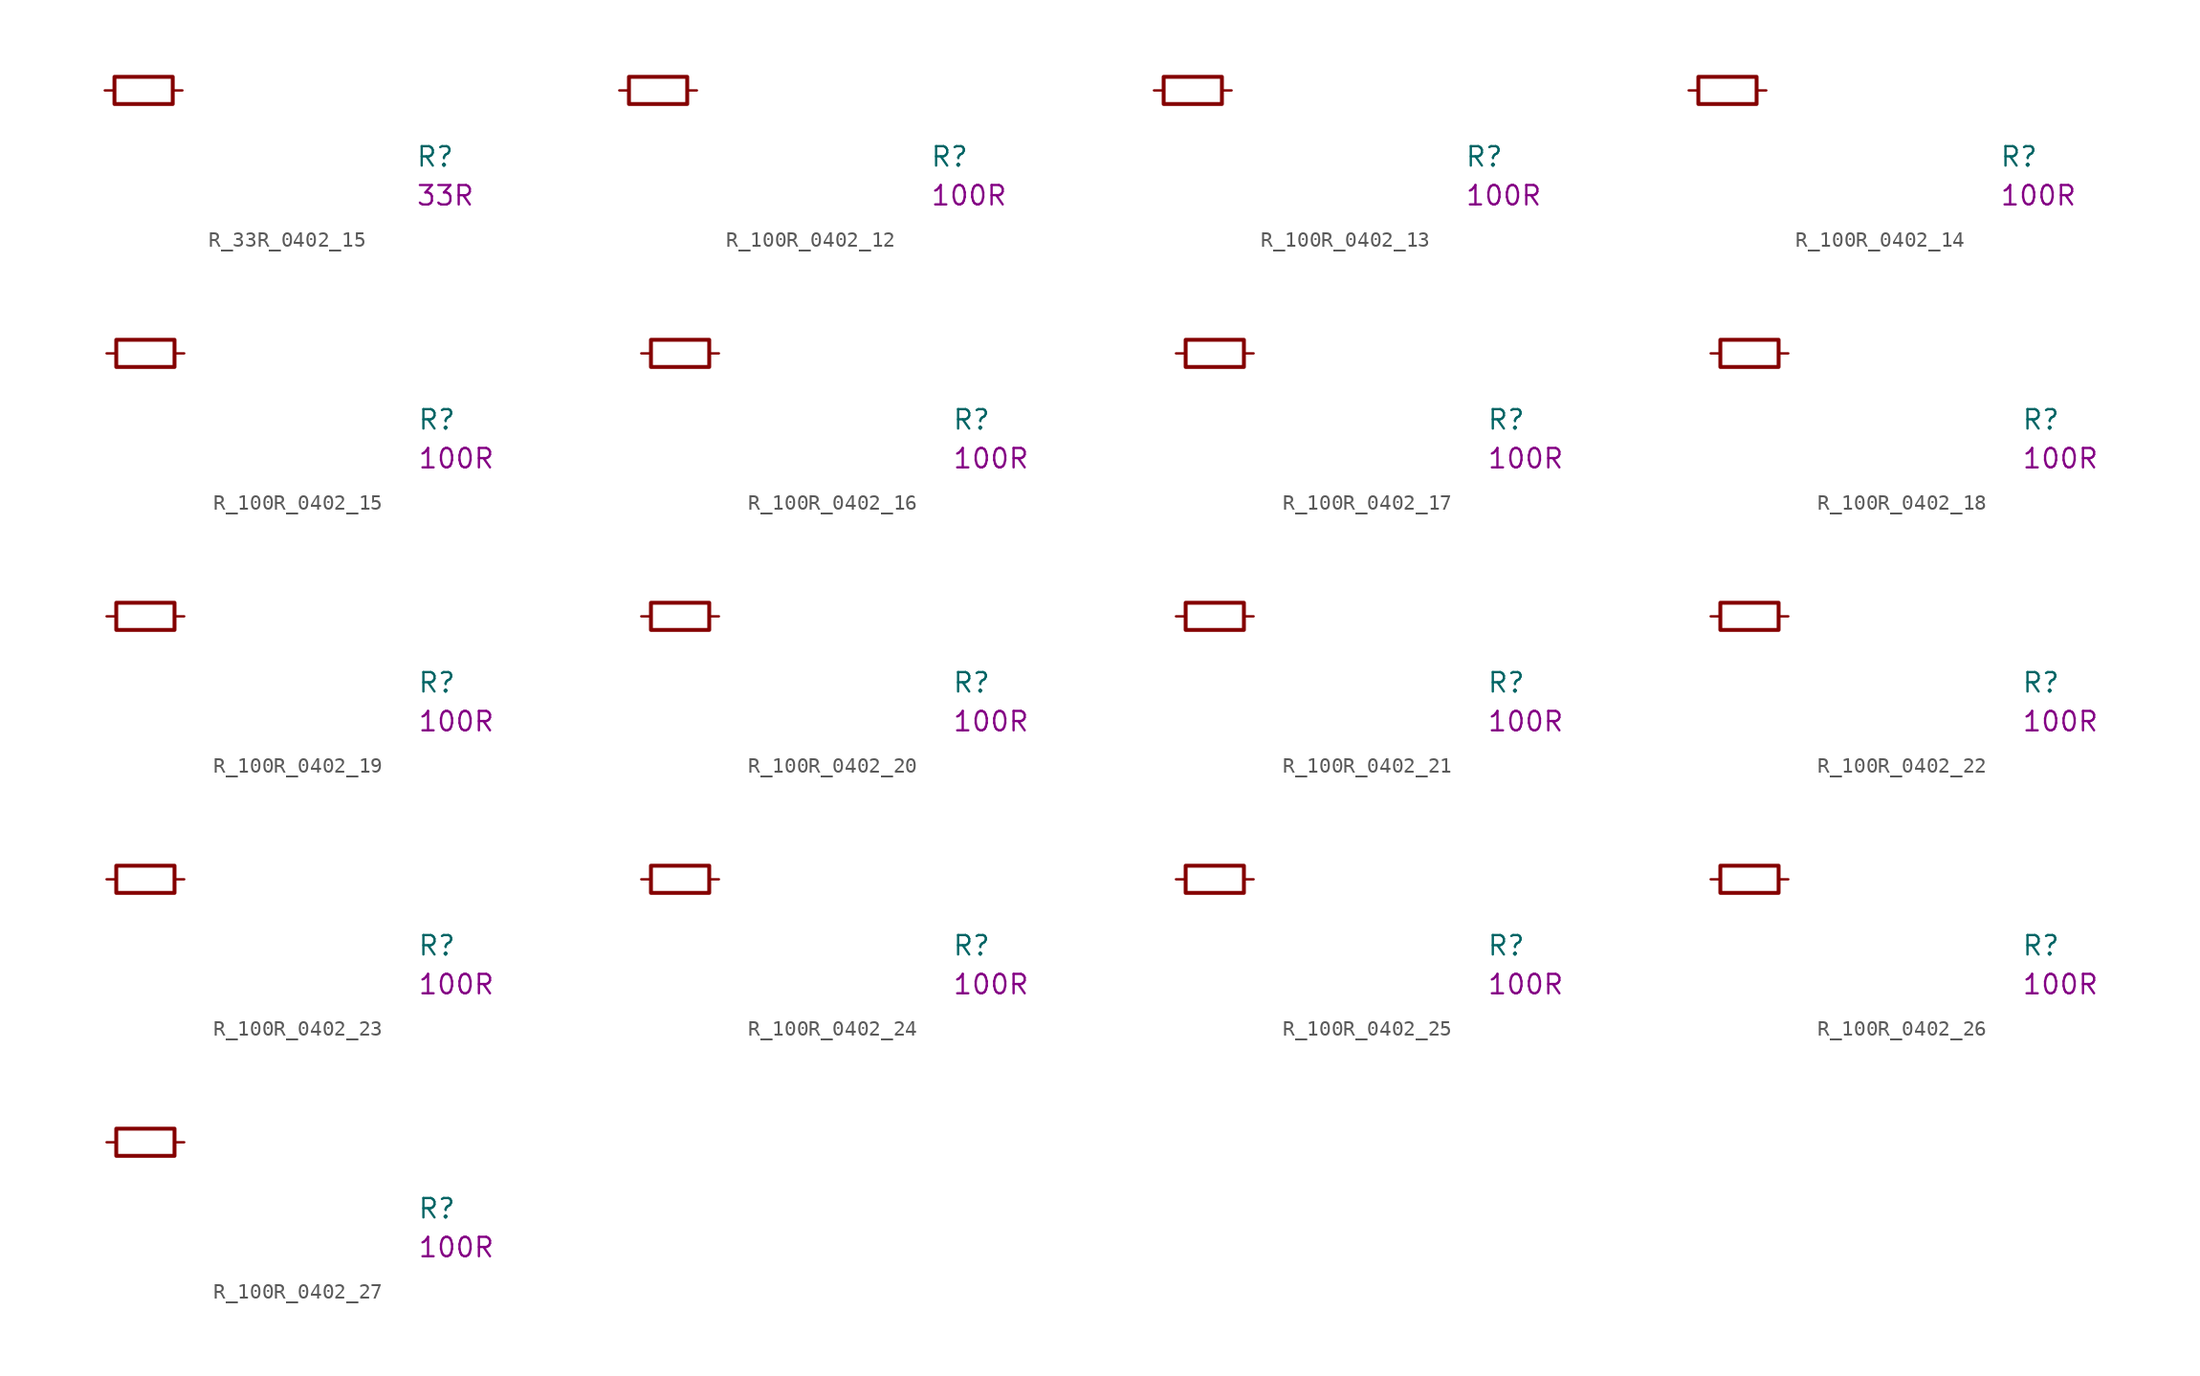
<source format=kicad_sym>
(kicad_symbol_lib
  (version 20211014)
  (generator kicad_symbol_editor)
  (symbol "K410T-devboard:R_33R_0402_15"
    (pin_numbers hide)
    (pin_names hide)
    (property "Reference" "R"
      (at 20.32 -5.08 0)
      (effects (font (size 1.27 1.27) (thickness 0.15)) (justify left bottom)))
    (property "Val" "33R"
      (at 20.32 -7.62 0)
      (effects (font (size 1.27 1.27) (thickness 0.15)) (justify left bottom)))
    (symbol "R_33R_0402_15_0_1"
      (rectangle (start 0.635 0.889) (end 4.445 -0.889) (stroke (width 0.254) (type default)) (fill (type none))))
    (symbol "R_33R_0402_15_1_1"
      (pin passive line (at 0 0 0) (length 0.635) (name "~" (effects (font (size 1.27 1.27)))) (number "1" (effects (font (size 1.27 1.27)))))
      (pin passive line (at 5.08 0 180) (length 0.635) (name "~" (effects (font (size 1.27 1.27)))) (number "2" (effects (font (size 1.27 1.27)))))))
  (symbol "K410T-devboard:R_100R_0402_12"
    (pin_numbers hide)
    (pin_names hide)
    (property "Reference" "R"
      (at 20.32 -5.08 0)
      (effects (font (size 1.27 1.27) (thickness 0.15)) (justify left bottom)))
    (property "Val" "100R"
      (at 20.32 -7.62 0)
      (effects (font (size 1.27 1.27) (thickness 0.15)) (justify left bottom)))
    (symbol "R_100R_0402_12_0_1"
      (rectangle (start 0.635 0.889) (end 4.445 -0.889) (stroke (width 0.254) (type default)) (fill (type none))))
    (symbol "R_100R_0402_12_1_1"
      (pin passive line (at 0 0 0) (length 0.635) (name "~" (effects (font (size 1.27 1.27)))) (number "1" (effects (font (size 1.27 1.27)))))
      (pin passive line (at 5.08 0 180) (length 0.635) (name "~" (effects (font (size 1.27 1.27)))) (number "2" (effects (font (size 1.27 1.27)))))))
  (symbol "K410T-devboard:R_100R_0402_13"
    (pin_numbers hide)
    (pin_names hide)
    (property "Reference" "R"
      (at 20.32 -5.08 0)
      (effects (font (size 1.27 1.27) (thickness 0.15)) (justify left bottom)))
    (property "Val" "100R"
      (at 20.32 -7.62 0)
      (effects (font (size 1.27 1.27) (thickness 0.15)) (justify left bottom)))
    (symbol "R_100R_0402_13_0_1"
      (rectangle (start 0.635 0.889) (end 4.445 -0.889) (stroke (width 0.254) (type default)) (fill (type none))))
    (symbol "R_100R_0402_13_1_1"
      (pin passive line (at 0 0 0) (length 0.635) (name "~" (effects (font (size 1.27 1.27)))) (number "1" (effects (font (size 1.27 1.27)))))
      (pin passive line (at 5.08 0 180) (length 0.635) (name "~" (effects (font (size 1.27 1.27)))) (number "2" (effects (font (size 1.27 1.27)))))))
  (symbol "K410T-devboard:R_100R_0402_14"
    (pin_numbers hide)
    (pin_names hide)
    (property "Reference" "R"
      (at 20.32 -5.08 0)
      (effects (font (size 1.27 1.27) (thickness 0.15)) (justify left bottom)))
    (property "Val" "100R"
      (at 20.32 -7.62 0)
      (effects (font (size 1.27 1.27) (thickness 0.15)) (justify left bottom)))
    (symbol "R_100R_0402_14_0_1"
      (rectangle (start 0.635 0.889) (end 4.445 -0.889) (stroke (width 0.254) (type default)) (fill (type none))))
    (symbol "R_100R_0402_14_1_1"
      (pin passive line (at 0 0 0) (length 0.635) (name "~" (effects (font (size 1.27 1.27)))) (number "1" (effects (font (size 1.27 1.27)))))
      (pin passive line (at 5.08 0 180) (length 0.635) (name "~" (effects (font (size 1.27 1.27)))) (number "2" (effects (font (size 1.27 1.27)))))))
  (symbol "K410T-devboard:R_100R_0402_15"
    (pin_numbers hide)
    (pin_names hide)
    (property "Reference" "R"
      (at 20.32 -5.08 0)
      (effects (font (size 1.27 1.27) (thickness 0.15)) (justify left bottom)))
    (property "Val" "100R"
      (at 20.32 -7.62 0)
      (effects (font (size 1.27 1.27) (thickness 0.15)) (justify left bottom)))
    (symbol "R_100R_0402_15_0_1"
      (rectangle (start 0.635 0.889) (end 4.445 -0.889) (stroke (width 0.254) (type default)) (fill (type none))))
    (symbol "R_100R_0402_15_1_1"
      (pin passive line (at 0 0 0) (length 0.635) (name "~" (effects (font (size 1.27 1.27)))) (number "1" (effects (font (size 1.27 1.27)))))
      (pin passive line (at 5.08 0 180) (length 0.635) (name "~" (effects (font (size 1.27 1.27)))) (number "2" (effects (font (size 1.27 1.27)))))))
  (symbol "K410T-devboard:R_100R_0402_16"
    (pin_numbers hide)
    (pin_names hide)
    (property "Reference" "R"
      (at 20.32 -5.08 0)
      (effects (font (size 1.27 1.27) (thickness 0.15)) (justify left bottom)))
    (property "Val" "100R"
      (at 20.32 -7.62 0)
      (effects (font (size 1.27 1.27) (thickness 0.15)) (justify left bottom)))
    (symbol "R_100R_0402_16_0_1"
      (rectangle (start 0.635 0.889) (end 4.445 -0.889) (stroke (width 0.254) (type default)) (fill (type none))))
    (symbol "R_100R_0402_16_1_1"
      (pin passive line (at 0 0 0) (length 0.635) (name "~" (effects (font (size 1.27 1.27)))) (number "1" (effects (font (size 1.27 1.27)))))
      (pin passive line (at 5.08 0 180) (length 0.635) (name "~" (effects (font (size 1.27 1.27)))) (number "2" (effects (font (size 1.27 1.27)))))))
  (symbol "K410T-devboard:R_100R_0402_17"
    (pin_numbers hide)
    (pin_names hide)
    (property "Reference" "R"
      (at 20.32 -5.08 0)
      (effects (font (size 1.27 1.27) (thickness 0.15)) (justify left bottom)))
    (property "Val" "100R"
      (at 20.32 -7.62 0)
      (effects (font (size 1.27 1.27) (thickness 0.15)) (justify left bottom)))
    (symbol "R_100R_0402_17_0_1"
      (rectangle (start 0.635 0.889) (end 4.445 -0.889) (stroke (width 0.254) (type default)) (fill (type none))))
    (symbol "R_100R_0402_17_1_1"
      (pin passive line (at 0 0 0) (length 0.635) (name "~" (effects (font (size 1.27 1.27)))) (number "1" (effects (font (size 1.27 1.27)))))
      (pin passive line (at 5.08 0 180) (length 0.635) (name "~" (effects (font (size 1.27 1.27)))) (number "2" (effects (font (size 1.27 1.27)))))))
  (symbol "K410T-devboard:R_100R_0402_18"
    (pin_numbers hide)
    (pin_names hide)
    (property "Reference" "R"
      (at 20.32 -5.08 0)
      (effects (font (size 1.27 1.27) (thickness 0.15)) (justify left bottom)))
    (property "Val" "100R"
      (at 20.32 -7.62 0)
      (effects (font (size 1.27 1.27) (thickness 0.15)) (justify left bottom)))
    (symbol "R_100R_0402_18_0_1"
      (rectangle (start 0.635 0.889) (end 4.445 -0.889) (stroke (width 0.254) (type default)) (fill (type none))))
    (symbol "R_100R_0402_18_1_1"
      (pin passive line (at 0 0 0) (length 0.635) (name "~" (effects (font (size 1.27 1.27)))) (number "1" (effects (font (size 1.27 1.27)))))
      (pin passive line (at 5.08 0 180) (length 0.635) (name "~" (effects (font (size 1.27 1.27)))) (number "2" (effects (font (size 1.27 1.27)))))))
  (symbol "K410T-devboard:R_100R_0402_19"
    (pin_numbers hide)
    (pin_names hide)
    (property "Reference" "R"
      (at 20.32 -5.08 0)
      (effects (font (size 1.27 1.27) (thickness 0.15)) (justify left bottom)))
    (property "Val" "100R"
      (at 20.32 -7.62 0)
      (effects (font (size 1.27 1.27) (thickness 0.15)) (justify left bottom)))
    (symbol "R_100R_0402_19_0_1"
      (rectangle (start 0.635 0.889) (end 4.445 -0.889) (stroke (width 0.254) (type default)) (fill (type none))))
    (symbol "R_100R_0402_19_1_1"
      (pin passive line (at 0 0 0) (length 0.635) (name "~" (effects (font (size 1.27 1.27)))) (number "1" (effects (font (size 1.27 1.27)))))
      (pin passive line (at 5.08 0 180) (length 0.635) (name "~" (effects (font (size 1.27 1.27)))) (number "2" (effects (font (size 1.27 1.27)))))))
  (symbol "K410T-devboard:R_100R_0402_20"
    (pin_numbers hide)
    (pin_names hide)
    (property "Reference" "R"
      (at 20.32 -5.08 0)
      (effects (font (size 1.27 1.27) (thickness 0.15)) (justify left bottom)))
    (property "Val" "100R"
      (at 20.32 -7.62 0)
      (effects (font (size 1.27 1.27) (thickness 0.15)) (justify left bottom)))
    (symbol "R_100R_0402_20_0_1"
      (rectangle (start 0.635 0.889) (end 4.445 -0.889) (stroke (width 0.254) (type default)) (fill (type none))))
    (symbol "R_100R_0402_20_1_1"
      (pin passive line (at 0 0 0) (length 0.635) (name "~" (effects (font (size 1.27 1.27)))) (number "1" (effects (font (size 1.27 1.27)))))
      (pin passive line (at 5.08 0 180) (length 0.635) (name "~" (effects (font (size 1.27 1.27)))) (number "2" (effects (font (size 1.27 1.27)))))))
  (symbol "K410T-devboard:R_100R_0402_21"
    (pin_numbers hide)
    (pin_names hide)
    (property "Reference" "R"
      (at 20.32 -5.08 0)
      (effects (font (size 1.27 1.27) (thickness 0.15)) (justify left bottom)))
    (property "Val" "100R"
      (at 20.32 -7.62 0)
      (effects (font (size 1.27 1.27) (thickness 0.15)) (justify left bottom)))
    (symbol "R_100R_0402_21_0_1"
      (rectangle (start 0.635 0.889) (end 4.445 -0.889) (stroke (width 0.254) (type default)) (fill (type none))))
    (symbol "R_100R_0402_21_1_1"
      (pin passive line (at 0 0 0) (length 0.635) (name "~" (effects (font (size 1.27 1.27)))) (number "1" (effects (font (size 1.27 1.27)))))
      (pin passive line (at 5.08 0 180) (length 0.635) (name "~" (effects (font (size 1.27 1.27)))) (number "2" (effects (font (size 1.27 1.27)))))))
  (symbol "K410T-devboard:R_100R_0402_22"
    (pin_numbers hide)
    (pin_names hide)
    (property "Reference" "R"
      (at 20.32 -5.08 0)
      (effects (font (size 1.27 1.27) (thickness 0.15)) (justify left bottom)))
    (property "Val" "100R"
      (at 20.32 -7.62 0)
      (effects (font (size 1.27 1.27) (thickness 0.15)) (justify left bottom)))
    (symbol "R_100R_0402_22_0_1"
      (rectangle (start 0.635 0.889) (end 4.445 -0.889) (stroke (width 0.254) (type default)) (fill (type none))))
    (symbol "R_100R_0402_22_1_1"
      (pin passive line (at 0 0 0) (length 0.635) (name "~" (effects (font (size 1.27 1.27)))) (number "1" (effects (font (size 1.27 1.27)))))
      (pin passive line (at 5.08 0 180) (length 0.635) (name "~" (effects (font (size 1.27 1.27)))) (number "2" (effects (font (size 1.27 1.27)))))))
  (symbol "K410T-devboard:R_100R_0402_23"
    (pin_numbers hide)
    (pin_names hide)
    (property "Reference" "R"
      (at 20.32 -5.08 0)
      (effects (font (size 1.27 1.27) (thickness 0.15)) (justify left bottom)))
    (property "Val" "100R"
      (at 20.32 -7.62 0)
      (effects (font (size 1.27 1.27) (thickness 0.15)) (justify left bottom)))
    (symbol "R_100R_0402_23_0_1"
      (rectangle (start 0.635 0.889) (end 4.445 -0.889) (stroke (width 0.254) (type default)) (fill (type none))))
    (symbol "R_100R_0402_23_1_1"
      (pin passive line (at 0 0 0) (length 0.635) (name "~" (effects (font (size 1.27 1.27)))) (number "1" (effects (font (size 1.27 1.27)))))
      (pin passive line (at 5.08 0 180) (length 0.635) (name "~" (effects (font (size 1.27 1.27)))) (number "2" (effects (font (size 1.27 1.27)))))))
  (symbol "K410T-devboard:R_100R_0402_24"
    (pin_numbers hide)
    (pin_names hide)
    (property "Reference" "R"
      (at 20.32 -5.08 0)
      (effects (font (size 1.27 1.27) (thickness 0.15)) (justify left bottom)))
    (property "Val" "100R"
      (at 20.32 -7.62 0)
      (effects (font (size 1.27 1.27) (thickness 0.15)) (justify left bottom)))
    (symbol "R_100R_0402_24_0_1"
      (rectangle (start 0.635 0.889) (end 4.445 -0.889) (stroke (width 0.254) (type default)) (fill (type none))))
    (symbol "R_100R_0402_24_1_1"
      (pin passive line (at 0 0 0) (length 0.635) (name "~" (effects (font (size 1.27 1.27)))) (number "1" (effects (font (size 1.27 1.27)))))
      (pin passive line (at 5.08 0 180) (length 0.635) (name "~" (effects (font (size 1.27 1.27)))) (number "2" (effects (font (size 1.27 1.27)))))))
  (symbol "K410T-devboard:R_100R_0402_25"
    (pin_numbers hide)
    (pin_names hide)
    (property "Reference" "R"
      (at 20.32 -5.08 0)
      (effects (font (size 1.27 1.27) (thickness 0.15)) (justify left bottom)))
    (property "Val" "100R"
      (at 20.32 -7.62 0)
      (effects (font (size 1.27 1.27) (thickness 0.15)) (justify left bottom)))
    (symbol "R_100R_0402_25_0_1"
      (rectangle (start 0.635 0.889) (end 4.445 -0.889) (stroke (width 0.254) (type default)) (fill (type none))))
    (symbol "R_100R_0402_25_1_1"
      (pin passive line (at 0 0 0) (length 0.635) (name "~" (effects (font (size 1.27 1.27)))) (number "1" (effects (font (size 1.27 1.27)))))
      (pin passive line (at 5.08 0 180) (length 0.635) (name "~" (effects (font (size 1.27 1.27)))) (number "2" (effects (font (size 1.27 1.27)))))))
  (symbol "K410T-devboard:R_100R_0402_26"
    (pin_numbers hide)
    (pin_names hide)
    (property "Reference" "R"
      (at 20.32 -5.08 0)
      (effects (font (size 1.27 1.27) (thickness 0.15)) (justify left bottom)))
    (property "Val" "100R"
      (at 20.32 -7.62 0)
      (effects (font (size 1.27 1.27) (thickness 0.15)) (justify left bottom)))
    (symbol "R_100R_0402_26_0_1"
      (rectangle (start 0.635 0.889) (end 4.445 -0.889) (stroke (width 0.254) (type default)) (fill (type none))))
    (symbol "R_100R_0402_26_1_1"
      (pin passive line (at 0 0 0) (length 0.635) (name "~" (effects (font (size 1.27 1.27)))) (number "1" (effects (font (size 1.27 1.27)))))
      (pin passive line (at 5.08 0 180) (length 0.635) (name "~" (effects (font (size 1.27 1.27)))) (number "2" (effects (font (size 1.27 1.27)))))))
  (symbol "K410T-devboard:R_100R_0402_27"
    (pin_numbers hide)
    (pin_names hide)
    (property "Reference" "R"
      (at 20.32 -5.08 0)
      (effects (font (size 1.27 1.27) (thickness 0.15)) (justify left bottom)))
    (property "Val" "100R"
      (at 20.32 -7.62 0)
      (effects (font (size 1.27 1.27) (thickness 0.15)) (justify left bottom)))
    (symbol "R_100R_0402_27_0_1"
      (rectangle (start 0.635 0.889) (end 4.445 -0.889) (stroke (width 0.254) (type default)) (fill (type none))))
    (symbol "R_100R_0402_27_1_1"
      (pin passive line (at 0 0 0) (length 0.635) (name "~" (effects (font (size 1.27 1.27)))) (number "1" (effects (font (size 1.27 1.27)))))
      (pin passive line (at 5.08 0 180) (length 0.635) (name "~" (effects (font (size 1.27 1.27)))) (number "2" (effects (font (size 1.27 1.27))))))))
</source>
